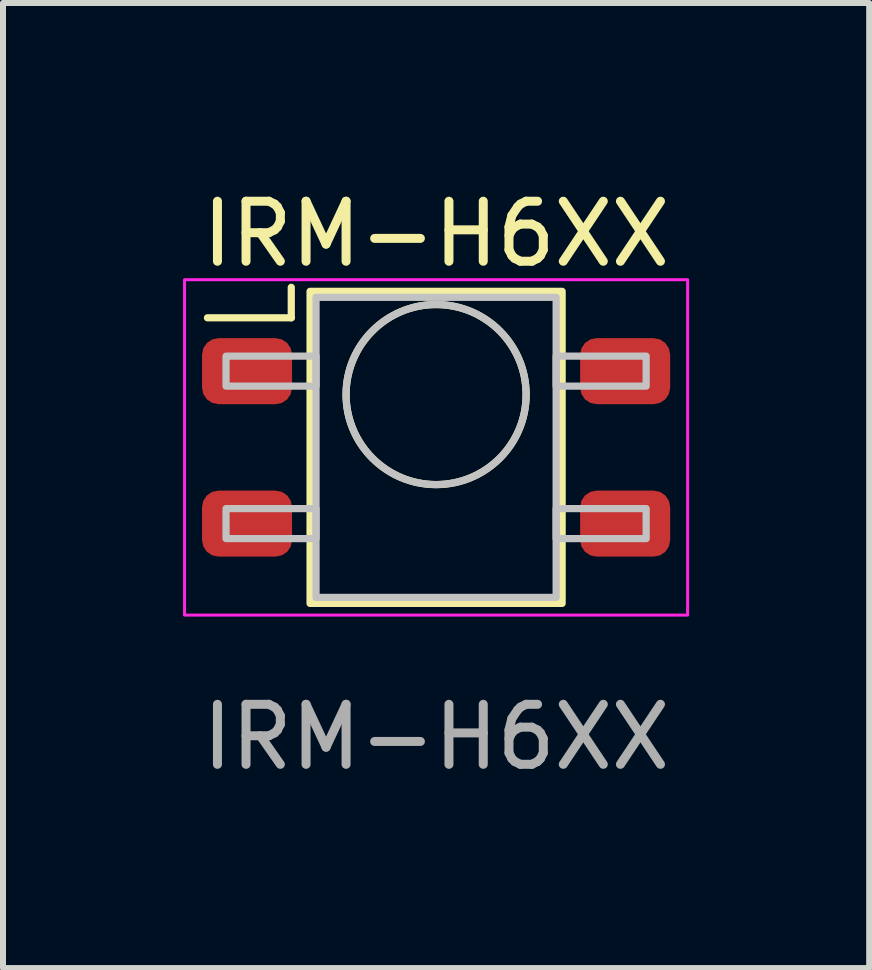
<source format=kicad_pcb>
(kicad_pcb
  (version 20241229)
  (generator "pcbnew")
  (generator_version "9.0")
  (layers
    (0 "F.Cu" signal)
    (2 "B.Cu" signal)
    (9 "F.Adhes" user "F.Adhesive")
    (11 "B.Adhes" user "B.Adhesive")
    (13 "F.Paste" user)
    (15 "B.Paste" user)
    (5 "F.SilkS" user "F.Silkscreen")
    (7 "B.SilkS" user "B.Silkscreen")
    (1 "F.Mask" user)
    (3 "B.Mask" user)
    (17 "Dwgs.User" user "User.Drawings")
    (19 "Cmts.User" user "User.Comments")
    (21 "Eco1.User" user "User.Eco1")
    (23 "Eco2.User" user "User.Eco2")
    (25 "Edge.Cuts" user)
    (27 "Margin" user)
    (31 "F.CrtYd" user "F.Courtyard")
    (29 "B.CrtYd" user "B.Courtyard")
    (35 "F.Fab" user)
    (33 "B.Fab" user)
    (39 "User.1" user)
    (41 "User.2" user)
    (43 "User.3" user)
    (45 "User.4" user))
  (footprint "IRM-H6XX"
    (layer "F.Cu")
    (at 4.216 4.404)
    (property "Reference" "IRM-H6XX" (at 0 -3.556 0) (unlocked yes) (layer "F.SilkS") (effects (font (size 1 1) (thickness 0.15))))
    (attr smd)
    (fp_line (start -2.413 -2.667) (end -2.413 -2.159) (stroke (width 0.12) (type solid)) (layer "F.SilkS"))
    (fp_line (start -2.413 -2.159) (end -3.81 -2.159) (stroke (width 0.12) (type solid)) (layer "F.SilkS"))
    (fp_rect (start -2.1 -2.6) (end 2.1 2.6) (stroke (width 0.12) (type solid)) (fill no) (layer "F.SilkS"))
    (fp_circle (center 0 -0.88) (end 1.5 -0.88) (stroke (width 0.12) (type solid)) (fill no) (layer "F.SilkS"))
    (fp_rect (start -3.5 -1.52) (end -2 -1.02) (stroke (width 0.12) (type solid)) (fill no) (layer "Dwgs.User"))
    (fp_rect (start -3.5 1.52) (end -2 1.02) (stroke (width 0.12) (type solid)) (fill no) (layer "Dwgs.User"))
    (fp_rect (start -2 -2.5) (end 2 2.5) (stroke (width 0.12) (type solid)) (fill no) (layer "Dwgs.User"))
    (fp_rect (start 3.5 -1.02) (end 2 -1.52) (stroke (width 0.12) (type solid)) (fill no) (layer "Dwgs.User"))
    (fp_rect (start 3.5 1.52) (end 2 1.02) (stroke (width 0.12) (type solid)) (fill no) (layer "Dwgs.User"))
    (fp_circle (center 0 -0.88) (end 1.5 -0.88) (stroke (width 0.12) (type solid)) (fill no) (layer "Dwgs.User"))
    (fp_rect (start -4.191 -2.794) (end 4.191 2.794) (stroke (width 0.05) (type solid)) (fill no) (layer "F.CrtYd"))
    (fp_text user "${REFERENCE}" (at 0 4.826 0) (unlocked yes) (layer "F.Fab") (effects (font (size 1 1) (thickness 0.15))))
    (pad "1" smd roundrect (at -3.15 -1.27) (size 1.5 1.1) (layers "F.Cu" "F.Mask" "F.Paste") (roundrect_rratio 0.25))
    (pad "2" smd roundrect (at -3.15 1.27) (size 1.5 1.1) (layers "F.Cu" "F.Mask" "F.Paste") (roundrect_rratio 0.25))
    (pad "3" smd roundrect (at 3.15 1.27) (size 1.5 1.1) (layers "F.Cu" "F.Mask" "F.Paste") (roundrect_rratio 0.25))
    (pad "4" smd roundrect (at 3.15 -1.27) (size 1.5 1.1) (layers "F.Cu" "F.Mask" "F.Paste") (roundrect_rratio 0.25)))
  (gr_rect
    (start -3 -3)
    (end 11.432 13.079)
    (stroke (width 0.1) (type default))
    (fill no)
    (layer "Edge.Cuts")))
</source>
